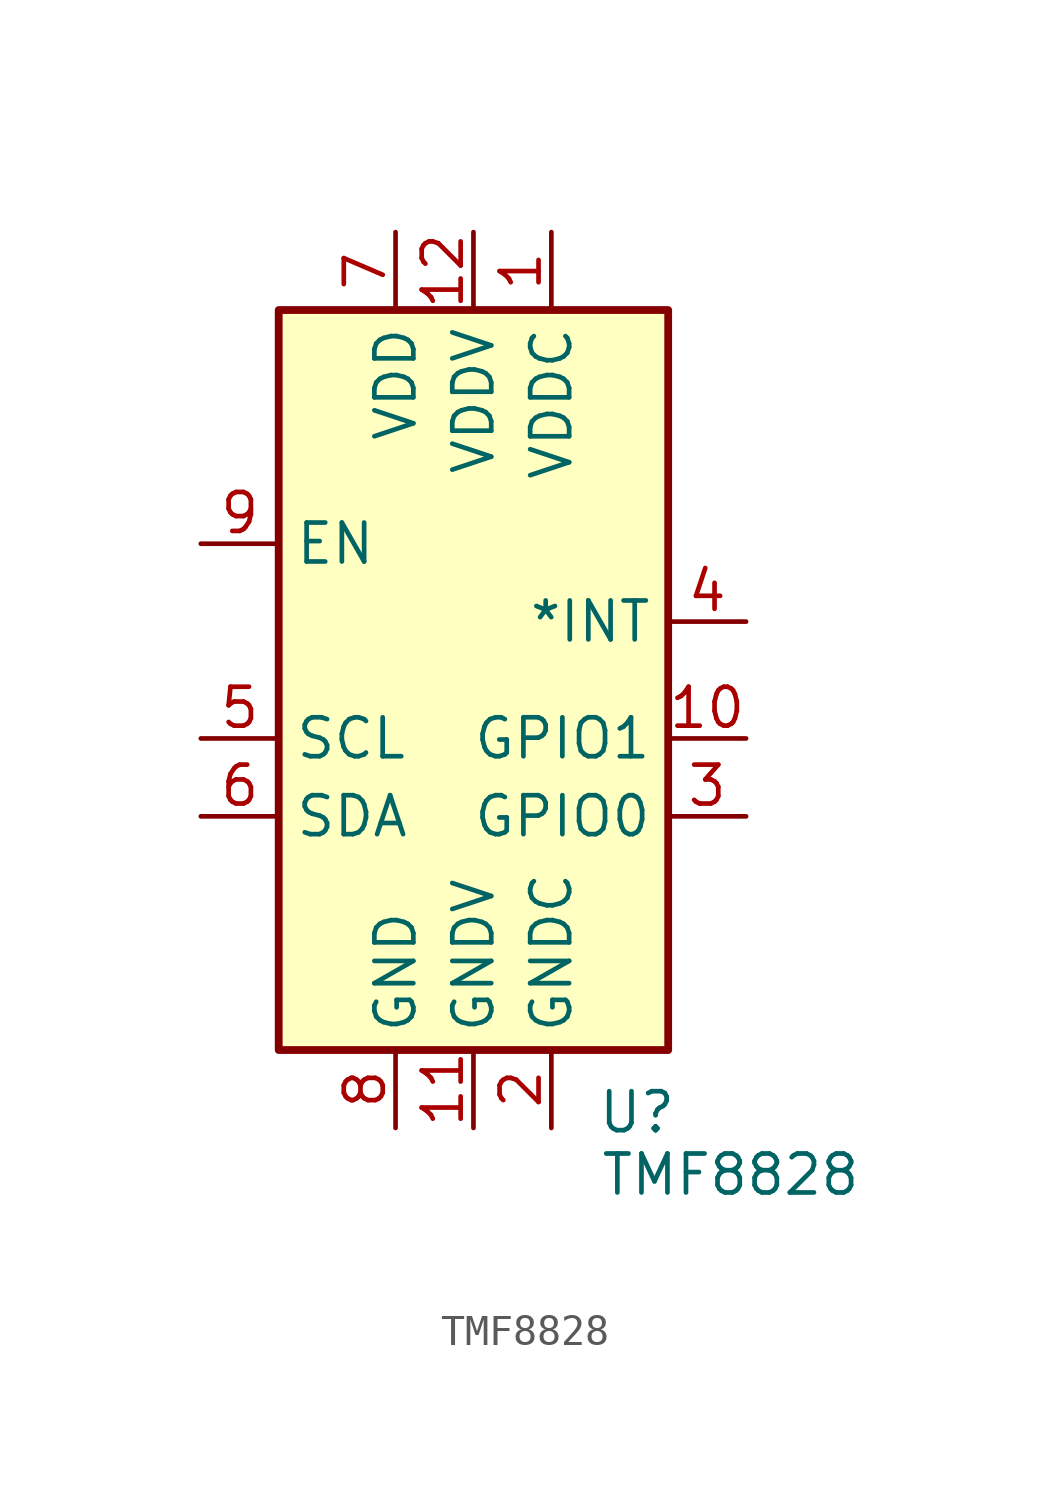
<source format=kicad_sym>
(kicad_symbol_lib
  (version 20231120)
  (generator "kicad_symbol_editor")
  (generator_version "8.0")
  (symbol "TMF8828"
    (property "Reference" "U"
      (at 5.334 -14.732 0)
      (effects (font (size 1.27 1.27))))
    (property "Value" "TMF8828"
      (at 8.382 -16.764 0)
      (effects (font (size 1.27 1.27))))
    (symbol "TMF8828_0_1"
      (rectangle (start -6.35 11.43) (end 6.35 -12.7) (stroke (width 0.254) (type default)) (fill (type background))))
    (symbol "TMF8828_1_1"
      (pin power_in line (at 2.54 13.97 270) (length 2.54) (name "VDDC" (effects (font (size 1.27 1.27)))) (number "1" (effects (font (size 1.27 1.27)))))
      (pin bidirectional line (at 8.89 -2.54 180) (length 2.54) (name "GPIO1" (effects (font (size 1.27 1.27)))) (number "10" (effects (font (size 1.27 1.27)))))
      (pin power_in line (at 0 -15.24 90) (length 2.54) (name "GNDV" (effects (font (size 1.27 1.27)))) (number "11" (effects (font (size 1.27 1.27)))))
      (pin power_in line (at 0 13.97 270) (length 2.54) (name "VDDV" (effects (font (size 1.27 1.27)))) (number "12" (effects (font (size 1.27 1.27)))))
      (pin power_in line (at 2.54 -15.24 90) (length 2.54) (name "GNDC" (effects (font (size 1.27 1.27)))) (number "2" (effects (font (size 1.27 1.27)))))
      (pin bidirectional line (at 8.89 -5.08 180) (length 2.54) (name "GPIO0" (effects (font (size 1.27 1.27)))) (number "3" (effects (font (size 1.27 1.27)))))
      (pin open_collector line (at 8.89 1.27 180) (length 2.54) (name "*INT" (effects (font (size 1.27 1.27)))) (number "4" (effects (font (size 1.27 1.27)))))
      (pin input line (at -8.89 -2.54 0) (length 2.54) (name "SCL" (effects (font (size 1.27 1.27)))) (number "5" (effects (font (size 1.27 1.27)))))
      (pin bidirectional line (at -8.89 -5.08 0) (length 2.54) (name "SDA" (effects (font (size 1.27 1.27)))) (number "6" (effects (font (size 1.27 1.27)))))
      (pin power_in line (at -2.54 13.97 270) (length 2.54) (name "VDD" (effects (font (size 1.27 1.27)))) (number "7" (effects (font (size 1.27 1.27)))))
      (pin power_in line (at -2.54 -15.24 90) (length 2.54) (name "GND" (effects (font (size 1.27 1.27)))) (number "8" (effects (font (size 1.27 1.27)))))
      (pin input line (at -8.89 3.81 0) (length 2.54) (name "EN" (effects (font (size 1.27 1.27)))) (number "9" (effects (font (size 1.27 1.27))))))))
</source>
